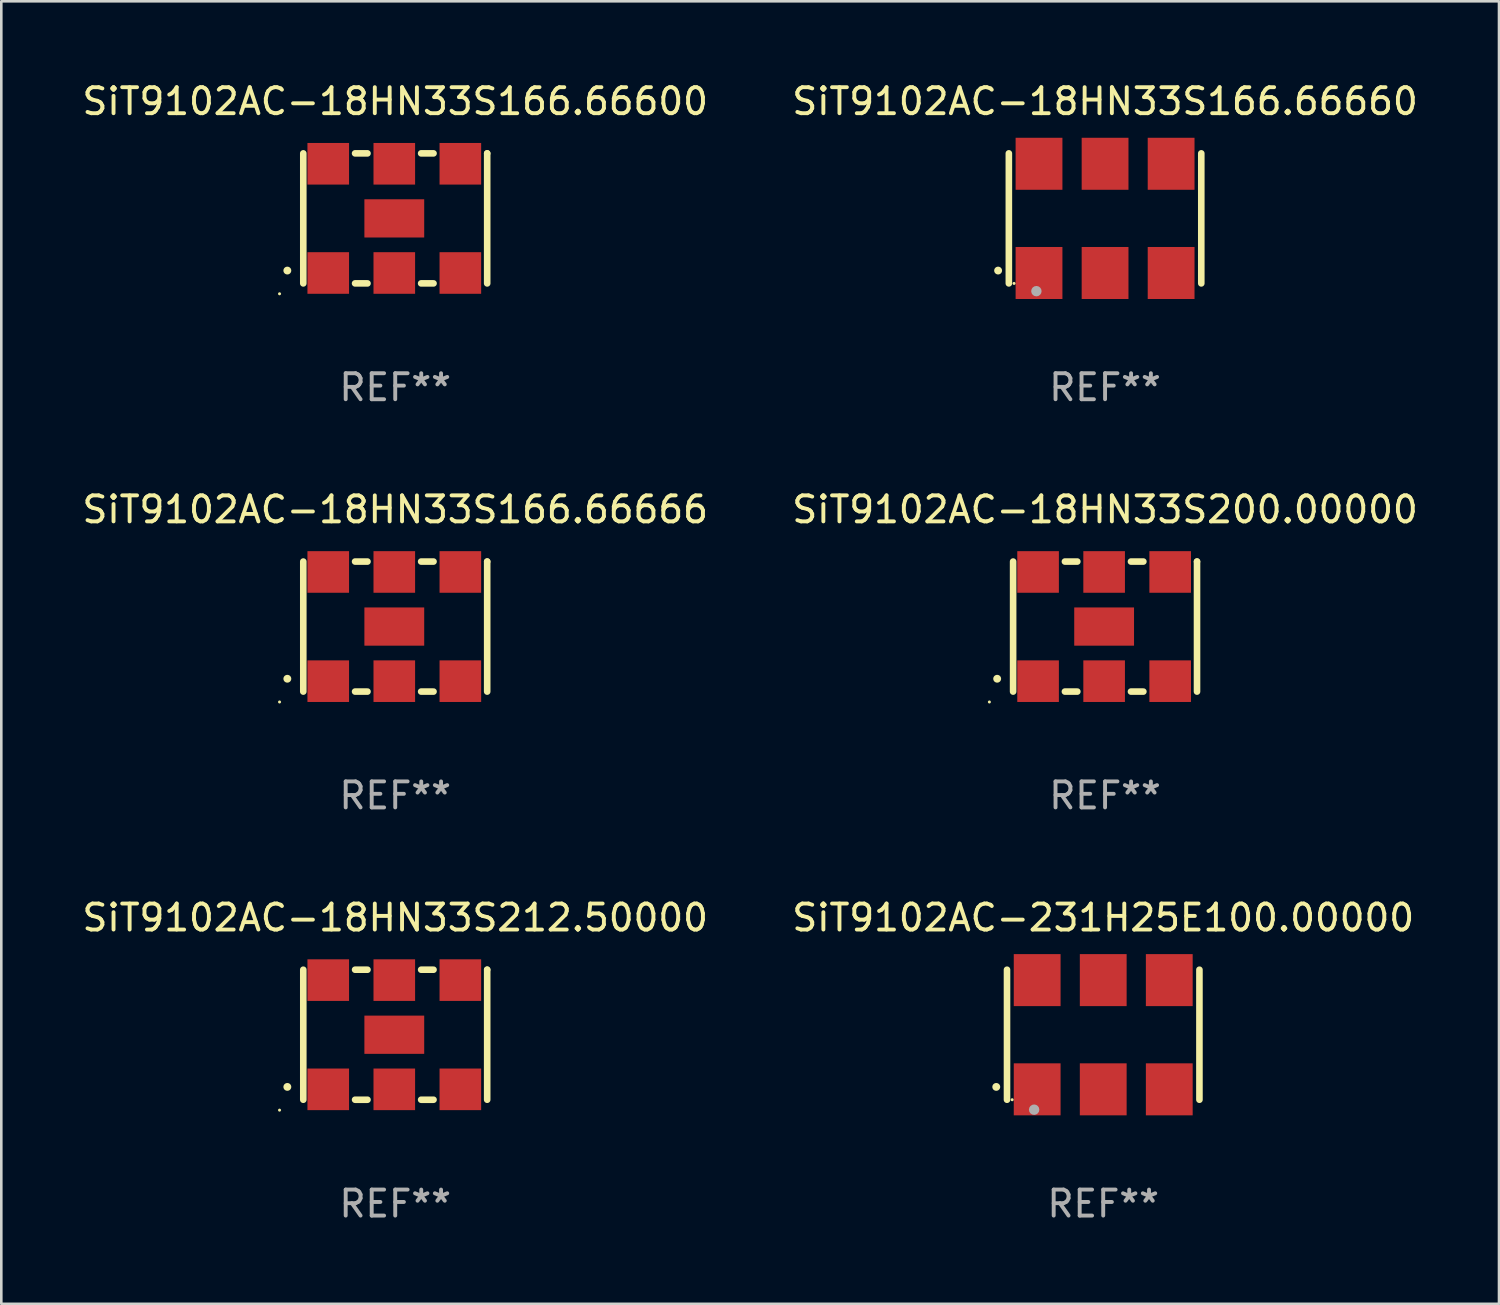
<source format=kicad_pcb>
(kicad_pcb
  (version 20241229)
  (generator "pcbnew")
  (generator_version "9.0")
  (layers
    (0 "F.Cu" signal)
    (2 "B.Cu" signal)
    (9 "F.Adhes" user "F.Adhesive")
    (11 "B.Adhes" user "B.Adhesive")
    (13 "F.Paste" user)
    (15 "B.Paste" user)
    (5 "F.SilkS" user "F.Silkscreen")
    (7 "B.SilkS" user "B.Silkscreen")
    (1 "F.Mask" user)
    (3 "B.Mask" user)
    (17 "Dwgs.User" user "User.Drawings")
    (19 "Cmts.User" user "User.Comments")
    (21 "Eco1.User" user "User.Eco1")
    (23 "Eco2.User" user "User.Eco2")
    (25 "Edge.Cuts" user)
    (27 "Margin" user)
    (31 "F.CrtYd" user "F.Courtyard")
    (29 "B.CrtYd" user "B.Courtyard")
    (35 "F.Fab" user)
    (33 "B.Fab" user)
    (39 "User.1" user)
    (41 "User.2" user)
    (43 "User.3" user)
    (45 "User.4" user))
  (footprint "SiT9102AC-18HN33S166.66600"
    (layer "F.Cu")
    (at 12.149 5.348)
    (property "Reference" "SiT9102AC-18HN33S166.66600" (at 0 -4.5 0) (layer "F.SilkS") (effects (font (size 1 1) (thickness 0.15))))
    (attr through_hole)
    (fp_line (start -3.536 -2.5) (end -3.536 2.5) (stroke (width 0.254) (type solid)) (layer "F.SilkS"))
    (fp_line (start -1.544 2.5) (end -1.067 2.5) (stroke (width 0.254) (type solid)) (layer "F.SilkS"))
    (fp_line (start -1.067 -2.5) (end -1.544 -2.5) (stroke (width 0.254) (type solid)) (layer "F.SilkS"))
    (fp_line (start 0.996 2.5) (end 1.473 2.5) (stroke (width 0.254) (type solid)) (layer "F.SilkS"))
    (fp_line (start 1.473 -2.5) (end 0.996 -2.5) (stroke (width 0.254) (type solid)) (layer "F.SilkS"))
    (fp_line (start 3.536 -2.5) (end 3.536 -2.5) (stroke (width 0.254) (type solid)) (layer "F.SilkS"))
    (fp_line (start 3.536 2.5) (end 3.536 -2.5) (stroke (width 0.254) (type solid)) (layer "F.SilkS"))
    (fp_arc (start -4.150432 2.006604) (mid -4.149162 2.006599) (end -4.147892 2.006604) (stroke (width 0.3) (type solid)) (layer "F.SilkS"))
    (fp_circle (center -4.449 2.9) (end -4.419 2.9) (stroke (width 0.06) (type solid)) (fill no) (layer "F.SilkS"))
    (fp_text user "REF**" (at 0 6.5 0) (layer "F.Fab") (effects (font (size 1 1) (thickness 0.15))))
    (pad "1" smd rect (at -2.576 2.1) (size 1.6 1.6) (layers "F.Cu" "F.Mask" "F.Paste"))
    (pad "2" smd rect (at -0.036 2.1) (size 1.6 1.6) (layers "F.Cu" "F.Mask" "F.Paste"))
    (pad "3" smd rect (at 2.504 2.1) (size 1.6 1.6) (layers "F.Cu" "F.Mask" "F.Paste"))
    (pad "4" smd rect (at 2.504 -2.1) (size 1.6 1.6) (layers "F.Cu" "F.Mask" "F.Paste"))
    (pad "5" smd rect (at -0.036 -2.1) (size 1.6 1.6) (layers "F.Cu" "F.Mask" "F.Paste"))
    (pad "6" smd rect (at -2.576 -2.1) (size 1.6 1.6) (layers "F.Cu" "F.Mask" "F.Paste"))
    (pad "7" smd rect (at -0.036 0) (size 2.3 1.47) (layers "F.Cu" "F.Mask" "F.Paste")))
  (footprint "SiT9102AC-231H25E100.00000"
    (layer "F.Cu")
    (at 39.375 36.741)
    (property "Reference" "SiT9102AC-231H25E100.00000" (at 0 -4.5 0) (layer "F.SilkS") (effects (font (size 1 1) (thickness 0.15))))
    (attr through_hole)
    (fp_line (start -3.7 -2.5) (end -3.7 2.5) (stroke (width 0.254) (type solid)) (layer "F.SilkS"))
    (fp_line (start 3.7 -2.5) (end 3.7 2.5) (stroke (width 0.254) (type solid)) (layer "F.SilkS"))
    (fp_arc (start -4.114415 2.006604) (mid -4.113145 2.006599) (end -4.111875 2.006604) (stroke (width 0.3) (type solid)) (layer "F.SilkS"))
    (fp_circle (center -3.502 2.5) (end -3.472 2.5) (stroke (width 0.06) (type solid)) (fill no) (layer "F.SilkS"))
    (fp_circle (center -2.657 2.882) (end -2.557 2.882) (stroke (width 0.2) (type solid)) (fill no) (layer "F.Fab"))
    (fp_text user "REF**" (at 0 6.5 0) (layer "F.Fab") (effects (font (size 1 1) (thickness 0.15))))
    (pad "1" smd rect (at -2.54 2.1) (size 1.8 2) (layers "F.Cu" "F.Mask" "F.Paste"))
    (pad "2" smd rect (at 0.000394 2.1) (size 1.8 2) (layers "F.Cu" "F.Mask" "F.Paste"))
    (pad "3" smd rect (at 2.54 2.1) (size 1.8 2) (layers "F.Cu" "F.Mask" "F.Paste"))
    (pad "4" smd rect (at 2.54 -2.1) (size 1.8 2) (layers "F.Cu" "F.Mask" "F.Paste"))
    (pad "5" smd rect (at 0.000394 -2.1) (size 1.8 2) (layers "F.Cu" "F.Mask" "F.Paste"))
    (pad "6" smd rect (at -2.54 -2.1) (size 1.8 2) (layers "F.Cu" "F.Mask" "F.Paste")))
  (footprint "SiT9102AC-18HN33S166.66660"
    (layer "F.Cu")
    (at 39.446 5.348)
    (property "Reference" "SiT9102AC-18HN33S166.66660" (at 0 -4.5 0) (layer "F.SilkS") (effects (font (size 1 1) (thickness 0.15))))
    (attr through_hole)
    (fp_line (start -3.7 -2.5) (end -3.7 2.5) (stroke (width 0.254) (type solid)) (layer "F.SilkS"))
    (fp_line (start 3.7 -2.5) (end 3.7 2.5) (stroke (width 0.254) (type solid)) (layer "F.SilkS"))
    (fp_arc (start -4.114415 2.006604) (mid -4.113145 2.006599) (end -4.111875 2.006604) (stroke (width 0.3) (type solid)) (layer "F.SilkS"))
    (fp_circle (center -3.5 2.501) (end -3.47 2.501) (stroke (width 0.06) (type solid)) (fill no) (layer "F.SilkS"))
    (fp_circle (center -2.641 2.799) (end -2.541 2.799) (stroke (width 0.2) (type solid)) (fill no) (layer "F.Fab"))
    (fp_text user "REF**" (at 0 6.5 0) (layer "F.Fab") (effects (font (size 1 1) (thickness 0.15))))
    (pad "1" smd rect (at -2.54 2.1) (size 1.8 2) (layers "F.Cu" "F.Mask" "F.Paste"))
    (pad "2" smd rect (at 0.000394 2.1) (size 1.8 2) (layers "F.Cu" "F.Mask" "F.Paste"))
    (pad "3" smd rect (at 2.54 2.1) (size 1.8 2) (layers "F.Cu" "F.Mask" "F.Paste"))
    (pad "4" smd rect (at 2.54 -2.1) (size 1.8 2) (layers "F.Cu" "F.Mask" "F.Paste"))
    (pad "5" smd rect (at 0.000394 -2.1) (size 1.8 2) (layers "F.Cu" "F.Mask" "F.Paste"))
    (pad "6" smd rect (at -2.54 -2.1) (size 1.8 2) (layers "F.Cu" "F.Mask" "F.Paste")))
  (footprint "SiT9102AC-18HN33S212.50000"
    (layer "F.Cu")
    (at 12.149 36.741)
    (property "Reference" "SiT9102AC-18HN33S212.50000" (at 0 -4.5 0) (layer "F.SilkS") (effects (font (size 1 1) (thickness 0.15))))
    (attr through_hole)
    (fp_line (start -3.536 -2.5) (end -3.536 2.5) (stroke (width 0.254) (type solid)) (layer "F.SilkS"))
    (fp_line (start -1.544 2.5) (end -1.067 2.5) (stroke (width 0.254) (type solid)) (layer "F.SilkS"))
    (fp_line (start -1.067 -2.5) (end -1.544 -2.5) (stroke (width 0.254) (type solid)) (layer "F.SilkS"))
    (fp_line (start 0.996 2.5) (end 1.473 2.5) (stroke (width 0.254) (type solid)) (layer "F.SilkS"))
    (fp_line (start 1.473 -2.5) (end 0.996 -2.5) (stroke (width 0.254) (type solid)) (layer "F.SilkS"))
    (fp_line (start 3.536 -2.5) (end 3.536 -2.5) (stroke (width 0.254) (type solid)) (layer "F.SilkS"))
    (fp_line (start 3.536 2.5) (end 3.536 -2.5) (stroke (width 0.254) (type solid)) (layer "F.SilkS"))
    (fp_arc (start -4.150432 2.006604) (mid -4.149162 2.006599) (end -4.147892 2.006604) (stroke (width 0.3) (type solid)) (layer "F.SilkS"))
    (fp_circle (center -4.449 2.9) (end -4.419 2.9) (stroke (width 0.06) (type solid)) (fill no) (layer "F.SilkS"))
    (fp_text user "REF**" (at 0 6.5 0) (layer "F.Fab") (effects (font (size 1 1) (thickness 0.15))))
    (pad "1" smd rect (at -2.576 2.1) (size 1.6 1.6) (layers "F.Cu" "F.Mask" "F.Paste"))
    (pad "2" smd rect (at -0.036 2.1) (size 1.6 1.6) (layers "F.Cu" "F.Mask" "F.Paste"))
    (pad "3" smd rect (at 2.504 2.1) (size 1.6 1.6) (layers "F.Cu" "F.Mask" "F.Paste"))
    (pad "4" smd rect (at 2.504 -2.1) (size 1.6 1.6) (layers "F.Cu" "F.Mask" "F.Paste"))
    (pad "5" smd rect (at -0.036 -2.1) (size 1.6 1.6) (layers "F.Cu" "F.Mask" "F.Paste"))
    (pad "6" smd rect (at -2.576 -2.1) (size 1.6 1.6) (layers "F.Cu" "F.Mask" "F.Paste"))
    (pad "7" smd rect (at -0.036 0) (size 2.3 1.47) (layers "F.Cu" "F.Mask" "F.Paste")))
  (footprint "SiT9102AC-18HN33S200.00000"
    (layer "F.Cu")
    (at 39.446 21.045)
    (property "Reference" "SiT9102AC-18HN33S200.00000" (at 0 -4.5 0) (layer "F.SilkS") (effects (font (size 1 1) (thickness 0.15))))
    (attr through_hole)
    (fp_line (start -3.536 -2.5) (end -3.536 2.5) (stroke (width 0.254) (type solid)) (layer "F.SilkS"))
    (fp_line (start -1.544 2.5) (end -1.067 2.5) (stroke (width 0.254) (type solid)) (layer "F.SilkS"))
    (fp_line (start -1.067 -2.5) (end -1.544 -2.5) (stroke (width 0.254) (type solid)) (layer "F.SilkS"))
    (fp_line (start 0.996 2.5) (end 1.473 2.5) (stroke (width 0.254) (type solid)) (layer "F.SilkS"))
    (fp_line (start 1.473 -2.5) (end 0.996 -2.5) (stroke (width 0.254) (type solid)) (layer "F.SilkS"))
    (fp_line (start 3.536 -2.5) (end 3.536 -2.5) (stroke (width 0.254) (type solid)) (layer "F.SilkS"))
    (fp_line (start 3.536 2.5) (end 3.536 -2.5) (stroke (width 0.254) (type solid)) (layer "F.SilkS"))
    (fp_arc (start -4.150432 2.006604) (mid -4.149162 2.006599) (end -4.147892 2.006604) (stroke (width 0.3) (type solid)) (layer "F.SilkS"))
    (fp_circle (center -4.449 2.9) (end -4.419 2.9) (stroke (width 0.06) (type solid)) (fill no) (layer "F.SilkS"))
    (fp_text user "REF**" (at 0 6.5 0) (layer "F.Fab") (effects (font (size 1 1) (thickness 0.15))))
    (pad "1" smd rect (at -2.576 2.1) (size 1.6 1.6) (layers "F.Cu" "F.Mask" "F.Paste"))
    (pad "2" smd rect (at -0.036 2.1) (size 1.6 1.6) (layers "F.Cu" "F.Mask" "F.Paste"))
    (pad "3" smd rect (at 2.504 2.1) (size 1.6 1.6) (layers "F.Cu" "F.Mask" "F.Paste"))
    (pad "4" smd rect (at 2.504 -2.1) (size 1.6 1.6) (layers "F.Cu" "F.Mask" "F.Paste"))
    (pad "5" smd rect (at -0.036 -2.1) (size 1.6 1.6) (layers "F.Cu" "F.Mask" "F.Paste"))
    (pad "6" smd rect (at -2.576 -2.1) (size 1.6 1.6) (layers "F.Cu" "F.Mask" "F.Paste"))
    (pad "7" smd rect (at -0.036 0) (size 2.3 1.47) (layers "F.Cu" "F.Mask" "F.Paste")))
  (footprint "SiT9102AC-18HN33S166.66666"
    (layer "F.Cu")
    (at 12.149 21.045)
    (property "Reference" "SiT9102AC-18HN33S166.66666" (at 0 -4.5 0) (layer "F.SilkS") (effects (font (size 1 1) (thickness 0.15))))
    (attr through_hole)
    (fp_line (start -3.536 -2.5) (end -3.536 2.5) (stroke (width 0.254) (type solid)) (layer "F.SilkS"))
    (fp_line (start -1.544 2.5) (end -1.067 2.5) (stroke (width 0.254) (type solid)) (layer "F.SilkS"))
    (fp_line (start -1.067 -2.5) (end -1.544 -2.5) (stroke (width 0.254) (type solid)) (layer "F.SilkS"))
    (fp_line (start 0.996 2.5) (end 1.473 2.5) (stroke (width 0.254) (type solid)) (layer "F.SilkS"))
    (fp_line (start 1.473 -2.5) (end 0.996 -2.5) (stroke (width 0.254) (type solid)) (layer "F.SilkS"))
    (fp_line (start 3.536 -2.5) (end 3.536 -2.5) (stroke (width 0.254) (type solid)) (layer "F.SilkS"))
    (fp_line (start 3.536 2.5) (end 3.536 -2.5) (stroke (width 0.254) (type solid)) (layer "F.SilkS"))
    (fp_arc (start -4.150432 2.006604) (mid -4.149162 2.006599) (end -4.147892 2.006604) (stroke (width 0.3) (type solid)) (layer "F.SilkS"))
    (fp_circle (center -4.449 2.9) (end -4.419 2.9) (stroke (width 0.06) (type solid)) (fill no) (layer "F.SilkS"))
    (fp_text user "REF**" (at 0 6.5 0) (layer "F.Fab") (effects (font (size 1 1) (thickness 0.15))))
    (pad "1" smd rect (at -2.576 2.1) (size 1.6 1.6) (layers "F.Cu" "F.Mask" "F.Paste"))
    (pad "2" smd rect (at -0.036 2.1) (size 1.6 1.6) (layers "F.Cu" "F.Mask" "F.Paste"))
    (pad "3" smd rect (at 2.504 2.1) (size 1.6 1.6) (layers "F.Cu" "F.Mask" "F.Paste"))
    (pad "4" smd rect (at 2.504 -2.1) (size 1.6 1.6) (layers "F.Cu" "F.Mask" "F.Paste"))
    (pad "5" smd rect (at -0.036 -2.1) (size 1.6 1.6) (layers "F.Cu" "F.Mask" "F.Paste"))
    (pad "6" smd rect (at -2.576 -2.1) (size 1.6 1.6) (layers "F.Cu" "F.Mask" "F.Paste"))
    (pad "7" smd rect (at -0.036 0) (size 2.3 1.47) (layers "F.Cu" "F.Mask" "F.Paste")))
  (gr_rect
    (start -3 -3)
    (end 54.595 47.09)
    (stroke (width 0.1) (type default))
    (fill no)
    (layer "Edge.Cuts")))
</source>
